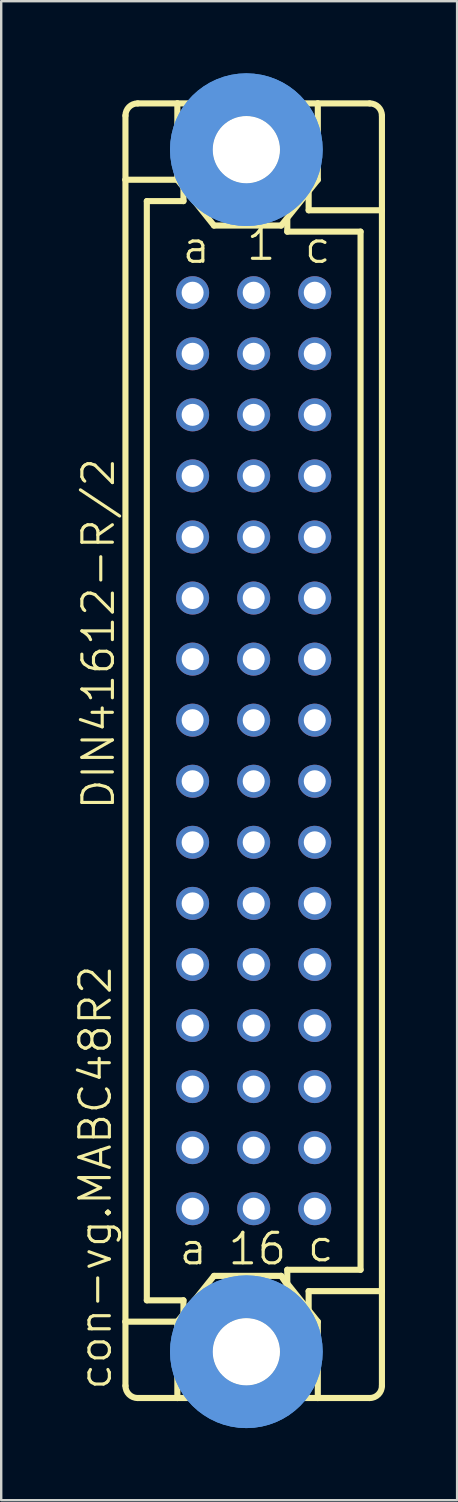
<source format=kicad_pcb>
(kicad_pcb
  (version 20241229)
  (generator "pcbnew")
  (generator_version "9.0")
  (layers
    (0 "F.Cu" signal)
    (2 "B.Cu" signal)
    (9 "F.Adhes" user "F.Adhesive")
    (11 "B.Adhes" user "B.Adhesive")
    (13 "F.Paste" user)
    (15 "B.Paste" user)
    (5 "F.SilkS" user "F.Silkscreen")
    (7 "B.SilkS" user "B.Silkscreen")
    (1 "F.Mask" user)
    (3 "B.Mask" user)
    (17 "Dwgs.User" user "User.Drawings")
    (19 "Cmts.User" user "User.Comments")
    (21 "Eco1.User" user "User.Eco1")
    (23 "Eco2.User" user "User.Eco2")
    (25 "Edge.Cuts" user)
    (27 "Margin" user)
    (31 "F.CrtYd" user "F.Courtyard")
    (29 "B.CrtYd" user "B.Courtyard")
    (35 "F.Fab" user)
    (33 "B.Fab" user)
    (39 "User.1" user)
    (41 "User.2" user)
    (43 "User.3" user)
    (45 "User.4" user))
  (footprint "con-vg.MABC48R2"
    (layer "F.Cu")
    (at 7.502 28.175)
    (property "Reference" "con-vg.MABC48R2" (at -5.842 26.67 90) (layer "F.SilkS") (effects (font (size 1.27 1.27) (thickness 0.13)) (justify left bottom)))
    (attr through_hole)
    (fp_line (start -5.334 -23.749) (end -5.334 -26.416) (stroke (width 0.254) (type default)) (layer "F.SilkS"))
    (fp_line (start -5.334 -23.749) (end -3.175 -23.749) (stroke (width 0.254) (type default)) (layer "F.SilkS"))
    (fp_line (start -5.334 23.749) (end -5.334 -23.749) (stroke (width 0.254) (type default)) (layer "F.SilkS"))
    (fp_line (start -5.334 23.749) (end -3.175 23.749) (stroke (width 0.254) (type default)) (layer "F.SilkS"))
    (fp_line (start -5.334 26.416) (end -5.334 23.749) (stroke (width 0.254) (type default)) (layer "F.SilkS"))
    (fp_line (start -4.826 -26.924) (end -3.175 -26.924) (stroke (width 0.254) (type default)) (layer "F.SilkS"))
    (fp_line (start -4.826 26.924) (end -3.175 26.924) (stroke (width 0.254) (type default)) (layer "F.SilkS"))
    (fp_line (start -4.445 -22.86) (end -4.445 22.86) (stroke (width 0.254) (type default)) (layer "F.SilkS"))
    (fp_line (start -4.445 22.86) (end -2.921 22.86) (stroke (width 0.254) (type default)) (layer "F.SilkS"))
    (fp_line (start -3.175 -26.924) (end -3.175 -23.749) (stroke (width 0.254) (type default)) (layer "F.SilkS"))
    (fp_line (start -3.175 26.924) (end -3.175 23.749) (stroke (width 0.254) (type default)) (layer "F.SilkS"))
    (fp_line (start -3.175 26.924) (end 2.667 26.924) (stroke (width 0.254) (type default)) (layer "F.SilkS"))
    (fp_line (start -2.921 -23.368) (end -2.921 -22.86) (stroke (width 0.254) (type default)) (layer "F.SilkS"))
    (fp_line (start -2.921 -22.86) (end -4.445 -22.86) (stroke (width 0.254) (type default)) (layer "F.SilkS"))
    (fp_line (start -2.921 22.86) (end -2.921 23.368) (stroke (width 0.254) (type default)) (layer "F.SilkS"))
    (fp_line (start -1.651 -21.844) (end -3.175 -23.749) (stroke (width 0.254) (type default)) (layer "F.SilkS"))
    (fp_line (start -1.651 21.844) (end -3.175 23.749) (stroke (width 0.254) (type default)) (layer "F.SilkS"))
    (fp_line (start -1.651 21.844) (end 1.143 21.844) (stroke (width 0.254) (type default)) (layer "F.SilkS"))
    (fp_line (start 1.143 -21.844) (end -1.651 -21.844) (stroke (width 0.254) (type default)) (layer "F.SilkS"))
    (fp_line (start 1.143 -21.844) (end 2.667 -23.749) (stroke (width 0.254) (type default)) (layer "F.SilkS"))
    (fp_line (start 1.143 21.844) (end 1.397 22.225) (stroke (width 0.254) (type default)) (layer "F.SilkS"))
    (fp_line (start 1.143 21.844) (end 2.667 23.749) (stroke (width 0.254) (type default)) (layer "F.SilkS"))
    (fp_line (start 1.397 -21.59) (end 1.397 -22.098) (stroke (width 0.254) (type default)) (layer "F.SilkS"))
    (fp_line (start 1.397 21.59) (end 4.445 21.59) (stroke (width 0.254) (type default)) (layer "F.SilkS"))
    (fp_line (start 1.397 22.225) (end 1.397 21.59) (stroke (width 0.254) (type default)) (layer "F.SilkS"))
    (fp_line (start 2.286 -22.479) (end 2.286 -23.241) (stroke (width 0.254) (type default)) (layer "F.SilkS"))
    (fp_line (start 2.286 22.479) (end 2.286 23.241) (stroke (width 0.254) (type default)) (layer "F.SilkS"))
    (fp_line (start 2.286 22.479) (end 5.334 22.479) (stroke (width 0.254) (type default)) (layer "F.SilkS"))
    (fp_line (start 2.667 -26.924) (end -3.175 -26.924) (stroke (width 0.254) (type default)) (layer "F.SilkS"))
    (fp_line (start 2.667 -26.924) (end 2.667 -23.749) (stroke (width 0.254) (type default)) (layer "F.SilkS"))
    (fp_line (start 2.667 26.924) (end 2.667 23.749) (stroke (width 0.254) (type default)) (layer "F.SilkS"))
    (fp_line (start 2.667 26.924) (end 4.826 26.924) (stroke (width 0.254) (type default)) (layer "F.SilkS"))
    (fp_line (start 4.445 -21.59) (end 1.397 -21.59) (stroke (width 0.254) (type default)) (layer "F.SilkS"))
    (fp_line (start 4.445 21.59) (end 4.445 -21.59) (stroke (width 0.254) (type default)) (layer "F.SilkS"))
    (fp_line (start 4.826 -26.924) (end 2.667 -26.924) (stroke (width 0.254) (type default)) (layer "F.SilkS"))
    (fp_line (start 5.334 -22.479) (end 2.286 -22.479) (stroke (width 0.254) (type default)) (layer "F.SilkS"))
    (fp_line (start 5.334 -22.479) (end 5.334 -26.416) (stroke (width 0.254) (type default)) (layer "F.SilkS"))
    (fp_line (start 5.334 22.479) (end 5.334 -22.479) (stroke (width 0.254) (type default)) (layer "F.SilkS"))
    (fp_line (start 5.334 26.416) (end 5.334 22.479) (stroke (width 0.254) (type default)) (layer "F.SilkS"))
    (fp_arc (start -5.334 -26.416) (mid -5.18521 -26.77521) (end -4.826 -26.924) (stroke (width 0.254) (type default)) (layer "F.SilkS"))
    (fp_arc (start -4.826 26.924) (mid -5.18521 26.77521) (end -5.334 26.416) (stroke (width 0.254) (type default)) (layer "F.SilkS"))
    (fp_arc (start 4.826 -26.924) (mid 5.18521 -26.77521) (end 5.334 -26.416) (stroke (width 0.254) (type default)) (layer "F.SilkS"))
    (fp_arc (start 5.334 26.416) (mid 5.18521 26.77521) (end 4.826 26.924) (stroke (width 0.254) (type default)) (layer "F.SilkS"))
    (fp_circle (center -0.305 -25) (end 0.965 -25) (stroke (width 0.254) (type default)) (fill no) (layer "F.SilkS"))
    (fp_circle (center -0.305 25) (end 0.965 25) (stroke (width 0.254) (type default)) (fill no) (layer "F.SilkS"))
    (fp_circle (center -0.305 -25) (end 1.981 -25) (stroke (width 1.778) (type default)) (fill no) (layer "Cmts.User"))
    (fp_circle (center -0.305 -25) (end 1.981 -25) (stroke (width 1.778) (type default)) (fill no) (layer "Cmts.User"))
    (fp_circle (center -0.305 25) (end 1.981 25) (stroke (width 1.778) (type default)) (fill no) (layer "Cmts.User"))
    (fp_circle (center -0.305 25) (end 1.981 25) (stroke (width 1.778) (type default)) (fill no) (layer "Cmts.User"))
    (fp_text user "1" (at -0.381 -20.32 0) (layer "F.SilkS") (effects (font (size 1.27 1.27) (thickness 0.13)) (justify left bottom)))
    (fp_text user "16" (at -1.143 21.463 0) (layer "F.SilkS") (effects (font (size 1.27 1.27) (thickness 0.13)) (justify left bottom)))
    (fp_text user "c" (at 2.032 -20.193 0) (layer "F.SilkS") (effects (font (size 1.27 1.27) (thickness 0.13)) (justify left bottom)))
    (fp_text user "c " (at 2.159 21.336 0) (layer "F.SilkS") (effects (font (size 1.27 1.27) (thickness 0.13)) (justify left bottom)))
    (fp_text user "DIN41612-R/2" (at -5.715 2.54 90) (layer "F.SilkS") (effects (font (size 1.27 1.27) (thickness 0.13)) (justify left bottom)))
    (fp_text user "a " (at -3.175 21.463 0) (layer "F.SilkS") (effects (font (size 1.27 1.27) (thickness 0.13)) (justify left bottom)))
    (fp_text user "a" (at -3.048 -20.193 0) (layer "F.SilkS") (effects (font (size 1.27 1.27) (thickness 0.13)) (justify left bottom)))
    (pad "" np_thru_hole circle (at -0.305 -25) (size 2.794 2.794) (drill 2.794) (layers "*.Cu" "*.Mask"))
    (pad "" np_thru_hole circle (at -0.305 25) (size 2.794 2.794) (drill 2.794) (layers "*.Cu" "*.Mask"))
    (pad "A1" thru_hole circle (at -2.54 -19.05) (size 1.372 1.372) (drill 0.914) (layers "*.Cu" "*.Mask"))
    (pad "A2" thru_hole circle (at -2.54 -16.51) (size 1.372 1.372) (drill 0.914) (layers "*.Cu" "*.Mask"))
    (pad "A3" thru_hole circle (at -2.54 -13.97) (size 1.372 1.372) (drill 0.914) (layers "*.Cu" "*.Mask"))
    (pad "A4" thru_hole circle (at -2.54 -11.43) (size 1.372 1.372) (drill 0.914) (layers "*.Cu" "*.Mask"))
    (pad "A5" thru_hole circle (at -2.54 -8.89) (size 1.372 1.372) (drill 0.914) (layers "*.Cu" "*.Mask"))
    (pad "A6" thru_hole circle (at -2.54 -6.35) (size 1.372 1.372) (drill 0.914) (layers "*.Cu" "*.Mask"))
    (pad "A7" thru_hole circle (at -2.54 -3.81) (size 1.372 1.372) (drill 0.914) (layers "*.Cu" "*.Mask"))
    (pad "A8" thru_hole circle (at -2.54 -1.27) (size 1.372 1.372) (drill 0.914) (layers "*.Cu" "*.Mask"))
    (pad "A9" thru_hole circle (at -2.54 1.27) (size 1.372 1.372) (drill 0.914) (layers "*.Cu" "*.Mask"))
    (pad "A10" thru_hole circle (at -2.54 3.81) (size 1.372 1.372) (drill 0.914) (layers "*.Cu" "*.Mask"))
    (pad "A11" thru_hole circle (at -2.54 6.35) (size 1.372 1.372) (drill 0.914) (layers "*.Cu" "*.Mask"))
    (pad "A12" thru_hole circle (at -2.54 8.89) (size 1.372 1.372) (drill 0.914) (layers "*.Cu" "*.Mask"))
    (pad "A13" thru_hole circle (at -2.54 11.43) (size 1.372 1.372) (drill 0.914) (layers "*.Cu" "*.Mask"))
    (pad "A14" thru_hole circle (at -2.54 13.97) (size 1.372 1.372) (drill 0.914) (layers "*.Cu" "*.Mask"))
    (pad "A15" thru_hole circle (at -2.54 16.51) (size 1.372 1.372) (drill 0.914) (layers "*.Cu" "*.Mask"))
    (pad "A16" thru_hole circle (at -2.54 19.05) (size 1.372 1.372) (drill 0.914) (layers "*.Cu" "*.Mask"))
    (pad "B1" thru_hole circle (at 0 -19.05) (size 1.372 1.372) (drill 0.914) (layers "*.Cu" "*.Mask"))
    (pad "B2" thru_hole circle (at 0 -16.51) (size 1.372 1.372) (drill 0.914) (layers "*.Cu" "*.Mask"))
    (pad "B3" thru_hole circle (at 0 -13.97) (size 1.372 1.372) (drill 0.914) (layers "*.Cu" "*.Mask"))
    (pad "B4" thru_hole circle (at 0 -11.43) (size 1.372 1.372) (drill 0.914) (layers "*.Cu" "*.Mask"))
    (pad "B5" thru_hole circle (at 0 -8.89) (size 1.372 1.372) (drill 0.914) (layers "*.Cu" "*.Mask"))
    (pad "B6" thru_hole circle (at 0 -6.35) (size 1.372 1.372) (drill 0.914) (layers "*.Cu" "*.Mask"))
    (pad "B7" thru_hole circle (at 0 -3.81) (size 1.372 1.372) (drill 0.914) (layers "*.Cu" "*.Mask"))
    (pad "B8" thru_hole circle (at 0 -1.27) (size 1.372 1.372) (drill 0.914) (layers "*.Cu" "*.Mask"))
    (pad "B9" thru_hole circle (at 0 1.27) (size 1.372 1.372) (drill 0.914) (layers "*.Cu" "*.Mask"))
    (pad "B10" thru_hole circle (at 0 3.81) (size 1.372 1.372) (drill 0.914) (layers "*.Cu" "*.Mask"))
    (pad "B11" thru_hole circle (at 0 6.35) (size 1.372 1.372) (drill 0.914) (layers "*.Cu" "*.Mask"))
    (pad "B12" thru_hole circle (at 0 8.89) (size 1.372 1.372) (drill 0.914) (layers "*.Cu" "*.Mask"))
    (pad "B13" thru_hole circle (at 0 11.43) (size 1.372 1.372) (drill 0.914) (layers "*.Cu" "*.Mask"))
    (pad "B14" thru_hole circle (at 0 13.97) (size 1.372 1.372) (drill 0.914) (layers "*.Cu" "*.Mask"))
    (pad "B15" thru_hole circle (at 0 16.51) (size 1.372 1.372) (drill 0.914) (layers "*.Cu" "*.Mask"))
    (pad "B16" thru_hole circle (at 0 19.05) (size 1.372 1.372) (drill 0.914) (layers "*.Cu" "*.Mask"))
    (pad "C1" thru_hole circle (at 2.54 -19.05) (size 1.372 1.372) (drill 0.914) (layers "*.Cu" "*.Mask"))
    (pad "C2" thru_hole circle (at 2.54 -16.51) (size 1.372 1.372) (drill 0.914) (layers "*.Cu" "*.Mask"))
    (pad "C3" thru_hole circle (at 2.54 -13.97) (size 1.372 1.372) (drill 0.914) (layers "*.Cu" "*.Mask"))
    (pad "C4" thru_hole circle (at 2.54 -11.43) (size 1.372 1.372) (drill 0.914) (layers "*.Cu" "*.Mask"))
    (pad "C5" thru_hole circle (at 2.54 -8.89) (size 1.372 1.372) (drill 0.914) (layers "*.Cu" "*.Mask"))
    (pad "C6" thru_hole circle (at 2.54 -6.35) (size 1.372 1.372) (drill 0.914) (layers "*.Cu" "*.Mask"))
    (pad "C7" thru_hole circle (at 2.54 -3.81) (size 1.372 1.372) (drill 0.914) (layers "*.Cu" "*.Mask"))
    (pad "C8" thru_hole circle (at 2.54 -1.27) (size 1.372 1.372) (drill 0.914) (layers "*.Cu" "*.Mask"))
    (pad "C9" thru_hole circle (at 2.54 1.27) (size 1.372 1.372) (drill 0.914) (layers "*.Cu" "*.Mask"))
    (pad "C10" thru_hole circle (at 2.54 3.81) (size 1.372 1.372) (drill 0.914) (layers "*.Cu" "*.Mask"))
    (pad "C11" thru_hole circle (at 2.54 6.35) (size 1.372 1.372) (drill 0.914) (layers "*.Cu" "*.Mask"))
    (pad "C12" thru_hole circle (at 2.54 8.89) (size 1.372 1.372) (drill 0.914) (layers "*.Cu" "*.Mask"))
    (pad "C13" thru_hole circle (at 2.54 11.43) (size 1.372 1.372) (drill 0.914) (layers "*.Cu" "*.Mask"))
    (pad "C14" thru_hole circle (at 2.54 13.97) (size 1.372 1.372) (drill 0.914) (layers "*.Cu" "*.Mask"))
    (pad "C15" thru_hole circle (at 2.54 16.51) (size 1.372 1.372) (drill 0.914) (layers "*.Cu" "*.Mask"))
    (pad "C16" thru_hole circle (at 2.54 19.05) (size 1.372 1.372) (drill 0.914) (layers "*.Cu" "*.Mask")))
  (gr_rect
    (start -3 -3)
    (end 15.963 59.35)
    (stroke (width 0.1) (type default))
    (fill no)
    (layer "Edge.Cuts")))
</source>
